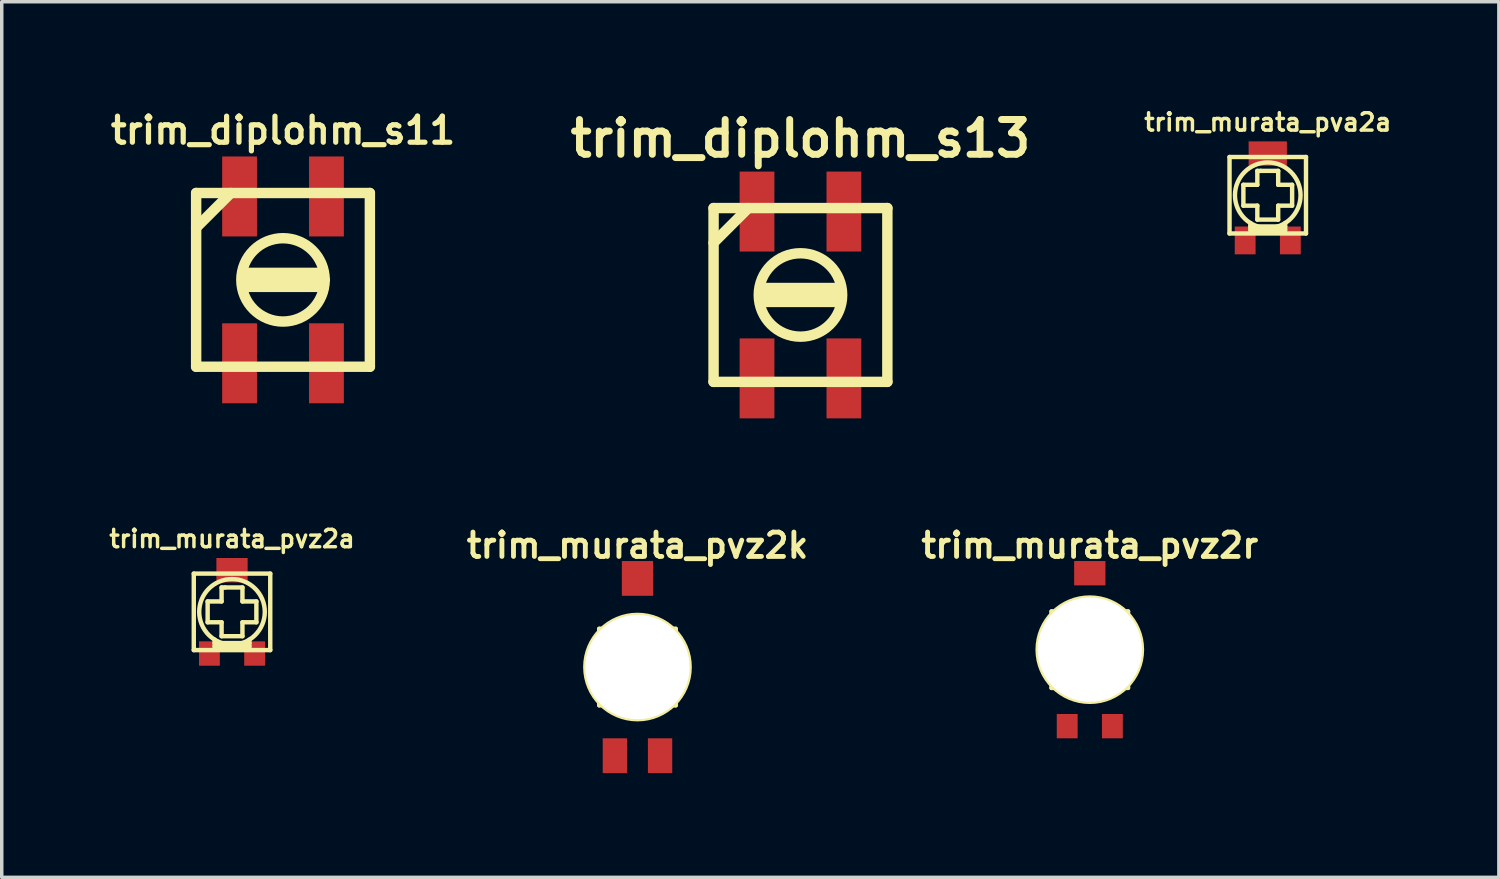
<source format=kicad_pcb>
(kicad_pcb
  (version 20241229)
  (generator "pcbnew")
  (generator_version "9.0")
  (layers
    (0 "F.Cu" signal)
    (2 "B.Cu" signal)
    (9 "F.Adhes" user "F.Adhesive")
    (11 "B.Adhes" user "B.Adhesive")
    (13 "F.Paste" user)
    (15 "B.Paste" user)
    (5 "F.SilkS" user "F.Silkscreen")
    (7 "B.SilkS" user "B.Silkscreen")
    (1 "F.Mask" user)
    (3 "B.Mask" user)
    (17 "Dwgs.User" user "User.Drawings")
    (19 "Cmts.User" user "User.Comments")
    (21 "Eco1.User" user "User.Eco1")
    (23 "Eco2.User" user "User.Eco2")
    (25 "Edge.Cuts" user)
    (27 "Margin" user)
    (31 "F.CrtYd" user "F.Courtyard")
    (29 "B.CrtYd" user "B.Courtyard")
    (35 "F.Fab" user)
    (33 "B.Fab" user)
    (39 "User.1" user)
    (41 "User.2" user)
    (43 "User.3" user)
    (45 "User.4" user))
  (footprint "trim_murata_pvz2a"
    (layer "F.Cu")
    (at 3.625 14.553)
    (property "Reference" "trim_murata_pvz2a" (at 0 -2.101 0) (layer "F.SilkS") (effects (font (size 0.5 0.5) (thickness 0.099))))
    (attr smd)
    (fp_line (start -1.1 -1.1) (end 1.1 -1.1) (stroke (width 0.127) (type solid)) (layer "F.SilkS"))
    (fp_line (start -1.1 1.1) (end -1.1 -1.1) (stroke (width 0.127) (type solid)) (layer "F.SilkS"))
    (fp_line (start -0.701 -0.3) (end -0.701 0.3) (stroke (width 0.127) (type solid)) (layer "F.SilkS"))
    (fp_line (start -0.701 0.3) (end -0.3 0.3) (stroke (width 0.127) (type solid)) (layer "F.SilkS"))
    (fp_line (start -0.5 0.899) (end 0.5 0.899) (stroke (width 0.127) (type solid)) (layer "F.SilkS"))
    (fp_line (start -0.5 1.001) (end -0.5 0.8) (stroke (width 0.127) (type solid)) (layer "F.SilkS"))
    (fp_line (start -0.3 -0.701) (end -0.3 -0.3) (stroke (width 0.127) (type solid)) (layer "F.SilkS"))
    (fp_line (start -0.3 -0.3) (end -0.701 -0.3) (stroke (width 0.127) (type solid)) (layer "F.SilkS"))
    (fp_line (start -0.3 0.3) (end -0.3 0.701) (stroke (width 0.127) (type solid)) (layer "F.SilkS"))
    (fp_line (start -0.3 0.701) (end 0.3 0.701) (stroke (width 0.127) (type solid)) (layer "F.SilkS"))
    (fp_line (start -0.201 -0.701) (end -0.3 -0.701) (stroke (width 0.127) (type solid)) (layer "F.SilkS"))
    (fp_line (start 0.3 -0.701) (end -0.201 -0.701) (stroke (width 0.127) (type solid)) (layer "F.SilkS"))
    (fp_line (start 0.3 -0.3) (end 0.3 -0.701) (stroke (width 0.127) (type solid)) (layer "F.SilkS"))
    (fp_line (start 0.3 0.3) (end 0.701 0.3) (stroke (width 0.127) (type solid)) (layer "F.SilkS"))
    (fp_line (start 0.3 0.701) (end 0.3 0.3) (stroke (width 0.127) (type solid)) (layer "F.SilkS"))
    (fp_line (start 0.5 1.001) (end -0.5 1.001) (stroke (width 0.127) (type solid)) (layer "F.SilkS"))
    (fp_line (start 0.5 1.001) (end 0.5 0.8) (stroke (width 0.127) (type solid)) (layer "F.SilkS"))
    (fp_line (start 0.701 -0.3) (end 0.3 -0.3) (stroke (width 0.127) (type solid)) (layer "F.SilkS"))
    (fp_line (start 0.701 0.3) (end 0.701 -0.3) (stroke (width 0.127) (type solid)) (layer "F.SilkS"))
    (fp_line (start 1.1 -1.1) (end 1.1 1.1) (stroke (width 0.127) (type solid)) (layer "F.SilkS"))
    (fp_line (start 1.1 1.1) (end -1.1 1.1) (stroke (width 0.127) (type solid)) (layer "F.SilkS"))
    (fp_circle (center 0 0) (end -0.8 0.5) (stroke (width 0.127) (type solid)) (fill no) (layer "F.SilkS"))
    (pad "1" smd rect (at -0.65 1.199) (size 0.599 0.701) (layers "F.Cu" "F.Mask" "F.Paste"))
    (pad "2" smd rect (at 0 -1.199) (size 0.899 0.701) (layers "F.Cu" "F.Mask" "F.Paste"))
    (pad "3" smd rect (at 0.65 1.199) (size 0.599 0.701) (layers "F.Cu" "F.Mask" "F.Paste")))
  (footprint "trim_murata_pva2a"
    (layer "F.Cu")
    (at 33.423 2.567)
    (property "Reference" "trim_murata_pva2a" (at 0 -2.101 0) (layer "F.SilkS") (effects (font (size 0.5 0.5) (thickness 0.099))))
    (attr smd)
    (fp_line (start -1.1 -1.1) (end 1.1 -1.1) (stroke (width 0.127) (type solid)) (layer "F.SilkS"))
    (fp_line (start -1.1 1.1) (end -1.1 -1.1) (stroke (width 0.127) (type solid)) (layer "F.SilkS"))
    (fp_line (start -0.701 -0.3) (end -0.701 0.3) (stroke (width 0.127) (type solid)) (layer "F.SilkS"))
    (fp_line (start -0.701 0.3) (end -0.3 0.3) (stroke (width 0.127) (type solid)) (layer "F.SilkS"))
    (fp_line (start -0.5 0.899) (end 0.5 0.899) (stroke (width 0.127) (type solid)) (layer "F.SilkS"))
    (fp_line (start -0.5 1.001) (end -0.5 0.8) (stroke (width 0.127) (type solid)) (layer "F.SilkS"))
    (fp_line (start -0.3 -0.701) (end -0.3 -0.3) (stroke (width 0.127) (type solid)) (layer "F.SilkS"))
    (fp_line (start -0.3 -0.3) (end -0.701 -0.3) (stroke (width 0.127) (type solid)) (layer "F.SilkS"))
    (fp_line (start -0.3 0.3) (end -0.3 0.701) (stroke (width 0.127) (type solid)) (layer "F.SilkS"))
    (fp_line (start -0.3 0.701) (end 0.3 0.701) (stroke (width 0.127) (type solid)) (layer "F.SilkS"))
    (fp_line (start -0.201 -0.701) (end -0.3 -0.701) (stroke (width 0.127) (type solid)) (layer "F.SilkS"))
    (fp_line (start 0.3 -0.701) (end -0.201 -0.701) (stroke (width 0.127) (type solid)) (layer "F.SilkS"))
    (fp_line (start 0.3 -0.3) (end 0.3 -0.701) (stroke (width 0.127) (type solid)) (layer "F.SilkS"))
    (fp_line (start 0.3 0.3) (end 0.701 0.3) (stroke (width 0.127) (type solid)) (layer "F.SilkS"))
    (fp_line (start 0.3 0.701) (end 0.3 0.3) (stroke (width 0.127) (type solid)) (layer "F.SilkS"))
    (fp_line (start 0.5 1.001) (end -0.5 1.001) (stroke (width 0.127) (type solid)) (layer "F.SilkS"))
    (fp_line (start 0.5 1.001) (end 0.5 0.8) (stroke (width 0.127) (type solid)) (layer "F.SilkS"))
    (fp_line (start 0.701 -0.3) (end 0.3 -0.3) (stroke (width 0.127) (type solid)) (layer "F.SilkS"))
    (fp_line (start 0.701 0.3) (end 0.701 -0.3) (stroke (width 0.127) (type solid)) (layer "F.SilkS"))
    (fp_line (start 1.1 -1.1) (end 1.1 1.1) (stroke (width 0.127) (type solid)) (layer "F.SilkS"))
    (fp_line (start 1.1 1.1) (end -1.1 1.1) (stroke (width 0.127) (type solid)) (layer "F.SilkS"))
    (fp_circle (center 0 0) (end -0.8 0.5) (stroke (width 0.127) (type solid)) (fill no) (layer "F.SilkS"))
    (pad "1" smd rect (at -0.65 1.3) (size 0.599 0.8) (layers "F.Cu" "F.Mask" "F.Paste"))
    (pad "2" smd rect (at 0 -1.199) (size 1.1 0.701) (layers "F.Cu" "F.Mask" "F.Paste"))
    (pad "3" smd rect (at 0.65 1.3) (size 0.599 0.8) (layers "F.Cu" "F.Mask" "F.Paste")))
  (footprint "trim_murata_pvz2r"
    (layer "F.Cu")
    (at 28.303 15.641)
    (property "Reference" "trim_murata_pvz2r" (at 0 -3 0) (layer "F.SilkS") (effects (font (size 0.7 0.7) (thickness 0.14))))
    (attr smd)
    (fp_line (start -1.1 -1.1) (end 1.1 -1.1) (stroke (width 0.127) (type solid)) (layer "F.SilkS"))
    (fp_line (start -1.1 1.1) (end -1.1 -1.1) (stroke (width 0.127) (type solid)) (layer "F.SilkS"))
    (fp_line (start -0.7 -0.3) (end -0.7 0.3) (stroke (width 0.127) (type solid)) (layer "F.SilkS"))
    (fp_line (start -0.7 0.3) (end -0.3 0.3) (stroke (width 0.127) (type solid)) (layer "F.SilkS"))
    (fp_line (start -0.5 0.9) (end 0.5 0.9) (stroke (width 0.127) (type solid)) (layer "F.SilkS"))
    (fp_line (start -0.5 1) (end -0.5 0.85) (stroke (width 0.127) (type solid)) (layer "F.SilkS"))
    (fp_line (start -0.3 -0.7) (end -0.3 -0.3) (stroke (width 0.127) (type solid)) (layer "F.SilkS"))
    (fp_line (start -0.3 -0.3) (end -0.7 -0.3) (stroke (width 0.127) (type solid)) (layer "F.SilkS"))
    (fp_line (start -0.3 0.3) (end -0.3 0.7) (stroke (width 0.127) (type solid)) (layer "F.SilkS"))
    (fp_line (start -0.3 0.7) (end 0.3 0.7) (stroke (width 0.127) (type solid)) (layer "F.SilkS"))
    (fp_line (start 0.3 -0.7) (end -0.3 -0.7) (stroke (width 0.127) (type solid)) (layer "F.SilkS"))
    (fp_line (start 0.3 -0.3) (end 0.3 -0.7) (stroke (width 0.127) (type solid)) (layer "F.SilkS"))
    (fp_line (start 0.3 0.3) (end 0.7 0.3) (stroke (width 0.127) (type solid)) (layer "F.SilkS"))
    (fp_line (start 0.3 0.7) (end 0.3 0.3) (stroke (width 0.127) (type solid)) (layer "F.SilkS"))
    (fp_line (start 0.5 1) (end -0.5 1) (stroke (width 0.127) (type solid)) (layer "F.SilkS"))
    (fp_line (start 0.5 1) (end 0.5 0.85) (stroke (width 0.127) (type solid)) (layer "F.SilkS"))
    (fp_line (start 0.7 -0.3) (end 0.3 -0.3) (stroke (width 0.127) (type solid)) (layer "F.SilkS"))
    (fp_line (start 0.7 0.3) (end 0.7 -0.3) (stroke (width 0.127) (type solid)) (layer "F.SilkS"))
    (fp_line (start 1.1 -1.1) (end 1.1 1.1) (stroke (width 0.127) (type solid)) (layer "F.SilkS"))
    (fp_line (start 1.1 1.1) (end -1.1 1.1) (stroke (width 0.127) (type solid)) (layer "F.SilkS"))
    (fp_circle (center 0 0) (end 0.95 0) (stroke (width 0.127) (type solid)) (fill no) (layer "F.SilkS"))
    (fp_circle (center 0 0) (end 1.5 0) (stroke (width 0.127) (type solid)) (fill no) (layer "F.SilkS"))
    (pad "" np_thru_hole circle (at 0 0) (size 3 3) (drill 3) (layers "*.Cu" "*.Mask"))
    (pad "1" smd rect (at -0.65 2.2) (size 0.6 0.7) (layers "F.Cu" "F.Mask" "F.Paste"))
    (pad "2" smd rect (at 0 -2.2) (size 0.9 0.7) (layers "F.Cu" "F.Mask" "F.Paste"))
    (pad "3" smd rect (at 0.65 2.2) (size 0.6 0.7) (layers "F.Cu" "F.Mask" "F.Paste")))
  (footprint "trim_diplohm_s13"
    (layer "F.Cu")
    (at 19.979 5.436)
    (property "Reference" "trim_diplohm_s13" (at 0 -4.5 0) (layer "F.SilkS") (effects (font (size 1 1) (thickness 0.2))))
    (attr smd)
    (fp_line (start -2.5 -2.5) (end -2.5 2.5) (stroke (width 0.3) (type solid)) (layer "F.SilkS"))
    (fp_line (start -2.5 -1.5) (end -1.5 -2.5) (stroke (width 0.3) (type solid)) (layer "F.SilkS"))
    (fp_line (start -2.5 2.5) (end 2.5 2.5) (stroke (width 0.3) (type solid)) (layer "F.SilkS"))
    (fp_line (start -1.1 -0.2) (end 1.1 -0.2) (stroke (width 0.3) (type solid)) (layer "F.SilkS"))
    (fp_line (start 1.1 0) (end -1.1 0) (stroke (width 0.3) (type solid)) (layer "F.SilkS"))
    (fp_line (start 1.1 0.2) (end -1.1 0.2) (stroke (width 0.3) (type solid)) (layer "F.SilkS"))
    (fp_line (start 2.5 -2.5) (end -2.5 -2.5) (stroke (width 0.3) (type solid)) (layer "F.SilkS"))
    (fp_line (start 2.5 2.5) (end 2.5 -2.5) (stroke (width 0.3) (type solid)) (layer "F.SilkS"))
    (fp_circle (center 0 0) (end 1.2 0) (stroke (width 0.3) (type solid)) (fill no) (layer "F.SilkS"))
    (pad "1" smd rect (at -1.25 2.4) (size 1 2.3) (layers "F.Cu" "F.Mask" "F.Paste"))
    (pad "2" smd rect (at -1.25 -2.4) (size 1 2.3) (layers "F.Cu" "F.Mask" "F.Paste"))
    (pad "3" smd rect (at 1.25 -2.4) (size 1 2.3) (layers "F.Cu" "F.Mask" "F.Paste"))
    (pad "3" smd rect (at 1.25 2.4) (size 1 2.3) (layers "F.Cu" "F.Mask" "F.Paste")))
  (footprint "trim_murata_pvz2k"
    (layer "F.Cu")
    (at 15.29 16.141)
    (property "Reference" "trim_murata_pvz2k" (at 0 -3.5 0) (layer "F.SilkS") (effects (font (size 0.7 0.7) (thickness 0.14))))
    (attr smd)
    (fp_line (start -1.1 -1.1) (end 1.1 -1.1) (stroke (width 0.127) (type solid)) (layer "F.SilkS"))
    (fp_line (start -1.1 1.1) (end -1.1 -1.1) (stroke (width 0.127) (type solid)) (layer "F.SilkS"))
    (fp_line (start -0.7 -0.3) (end -0.7 0.3) (stroke (width 0.127) (type solid)) (layer "F.SilkS"))
    (fp_line (start -0.7 0.3) (end -0.3 0.3) (stroke (width 0.127) (type solid)) (layer "F.SilkS"))
    (fp_line (start -0.5 0.9) (end 0.5 0.9) (stroke (width 0.127) (type solid)) (layer "F.SilkS"))
    (fp_line (start -0.5 1) (end -0.5 0.85) (stroke (width 0.127) (type solid)) (layer "F.SilkS"))
    (fp_line (start -0.3 -0.7) (end -0.3 -0.3) (stroke (width 0.127) (type solid)) (layer "F.SilkS"))
    (fp_line (start -0.3 -0.3) (end -0.7 -0.3) (stroke (width 0.127) (type solid)) (layer "F.SilkS"))
    (fp_line (start -0.3 0.3) (end -0.3 0.7) (stroke (width 0.127) (type solid)) (layer "F.SilkS"))
    (fp_line (start -0.3 0.7) (end 0.3 0.7) (stroke (width 0.127) (type solid)) (layer "F.SilkS"))
    (fp_line (start 0.3 -0.7) (end -0.3 -0.7) (stroke (width 0.127) (type solid)) (layer "F.SilkS"))
    (fp_line (start 0.3 -0.3) (end 0.3 -0.7) (stroke (width 0.127) (type solid)) (layer "F.SilkS"))
    (fp_line (start 0.3 0.3) (end 0.7 0.3) (stroke (width 0.127) (type solid)) (layer "F.SilkS"))
    (fp_line (start 0.3 0.7) (end 0.3 0.3) (stroke (width 0.127) (type solid)) (layer "F.SilkS"))
    (fp_line (start 0.5 1) (end -0.5 1) (stroke (width 0.127) (type solid)) (layer "F.SilkS"))
    (fp_line (start 0.5 1) (end 0.5 0.85) (stroke (width 0.127) (type solid)) (layer "F.SilkS"))
    (fp_line (start 0.7 -0.3) (end 0.3 -0.3) (stroke (width 0.127) (type solid)) (layer "F.SilkS"))
    (fp_line (start 0.7 0.3) (end 0.7 -0.3) (stroke (width 0.127) (type solid)) (layer "F.SilkS"))
    (fp_line (start 1.1 -1.1) (end 1.1 1.1) (stroke (width 0.127) (type solid)) (layer "F.SilkS"))
    (fp_line (start 1.1 1.1) (end -1.1 1.1) (stroke (width 0.127) (type solid)) (layer "F.SilkS"))
    (fp_circle (center 0 0) (end 0.95 0) (stroke (width 0.127) (type solid)) (fill no) (layer "F.SilkS"))
    (fp_circle (center 0 0) (end 1.5 0) (stroke (width 0.127) (type solid)) (fill no) (layer "F.SilkS"))
    (pad "" np_thru_hole circle (at 0 0) (size 3 3) (drill 3) (layers "*.Cu" "*.Mask"))
    (pad "1" smd rect (at -0.65 2.55) (size 0.7 1) (layers "F.Cu" "F.Mask" "F.Paste"))
    (pad "2" smd rect (at 0 -2.55) (size 0.9 1) (layers "F.Cu" "F.Mask" "F.Paste"))
    (pad "3" smd rect (at 0.65 2.55) (size 0.7 1) (layers "F.Cu" "F.Mask" "F.Paste")))
  (footprint "trim_diplohm_s11"
    (layer "F.Cu")
    (at 5.092 5.002)
    (property "Reference" "trim_diplohm_s11" (at 0 -4.3 0) (layer "F.SilkS") (effects (font (size 0.749 0.749) (thickness 0.15))))
    (attr smd)
    (fp_line (start -2.499 -2.499) (end -2.499 2.499) (stroke (width 0.3) (type solid)) (layer "F.SilkS"))
    (fp_line (start -2.499 -1.501) (end -1.501 -2.499) (stroke (width 0.3) (type solid)) (layer "F.SilkS"))
    (fp_line (start -2.499 2.499) (end 2.499 2.499) (stroke (width 0.3) (type solid)) (layer "F.SilkS"))
    (fp_line (start -1.1 -0.201) (end 1.1 -0.201) (stroke (width 0.3) (type solid)) (layer "F.SilkS"))
    (fp_line (start 1.1 0.201) (end -1.1 0.201) (stroke (width 0.3) (type solid)) (layer "F.SilkS"))
    (fp_line (start 1.199 0) (end -1.1 0) (stroke (width 0.3) (type solid)) (layer "F.SilkS"))
    (fp_line (start 2.499 -2.499) (end -2.499 -2.499) (stroke (width 0.3) (type solid)) (layer "F.SilkS"))
    (fp_line (start 2.499 2.499) (end 2.499 -2.499) (stroke (width 0.3) (type solid)) (layer "F.SilkS"))
    (fp_circle (center 0 0) (end -1.199 0) (stroke (width 0.3) (type solid)) (fill no) (layer "F.SilkS"))
    (pad "1" smd rect (at -1.25 2.4) (size 1.001 2.301) (layers "F.Cu" "F.Mask" "F.Paste"))
    (pad "2" smd rect (at -1.25 -2.4) (size 1.001 2.301) (layers "F.Cu" "F.Mask" "F.Paste"))
    (pad "3" smd rect (at 1.25 -2.4) (size 1.001 2.301) (layers "F.Cu" "F.Mask" "F.Paste"))
    (pad "3" smd rect (at 1.25 2.4) (size 1.001 2.301) (layers "F.Cu" "F.Mask" "F.Paste")))
  (gr_rect
    (start -3 -3)
    (end 40.072 22.191)
    (stroke (width 0.1) (type default))
    (fill no)
    (layer "Edge.Cuts")))
</source>
